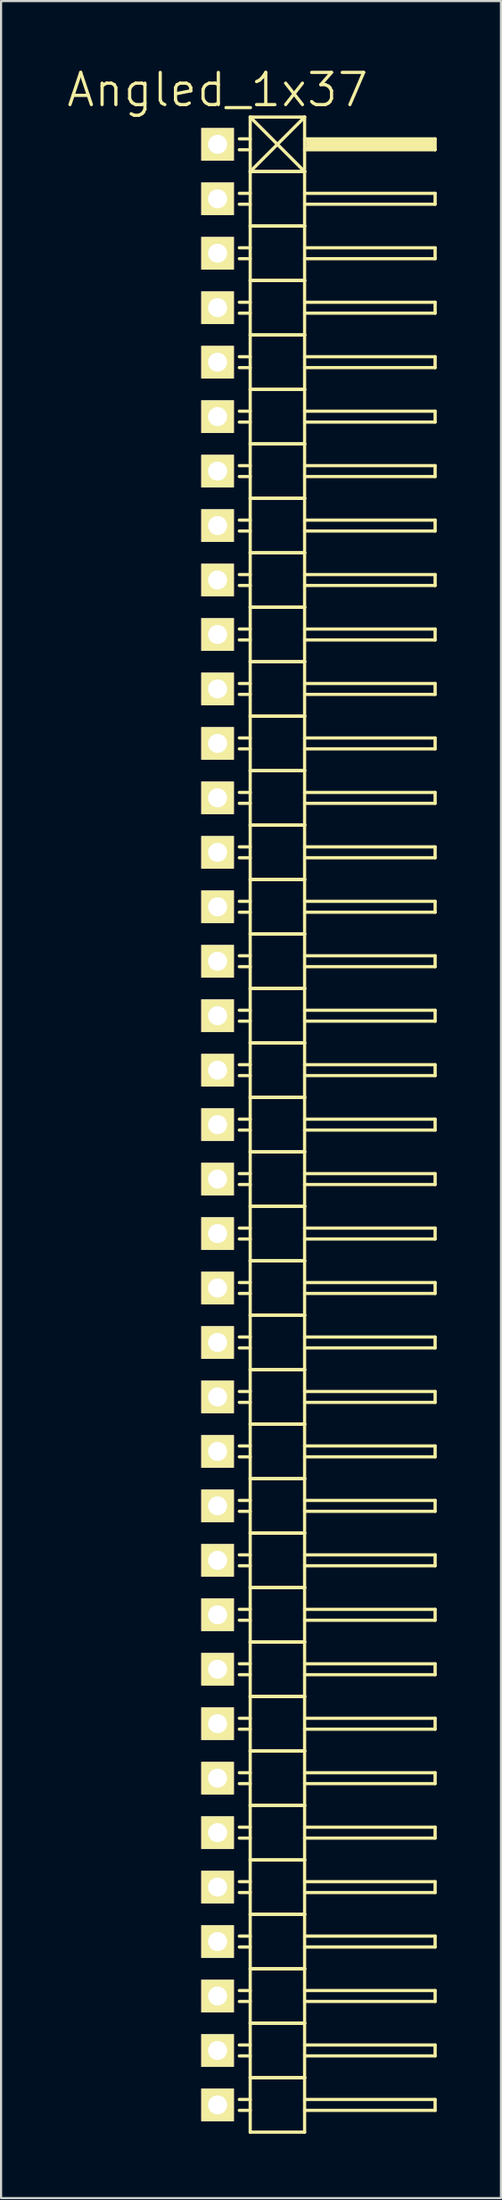
<source format=kicad_pcb>
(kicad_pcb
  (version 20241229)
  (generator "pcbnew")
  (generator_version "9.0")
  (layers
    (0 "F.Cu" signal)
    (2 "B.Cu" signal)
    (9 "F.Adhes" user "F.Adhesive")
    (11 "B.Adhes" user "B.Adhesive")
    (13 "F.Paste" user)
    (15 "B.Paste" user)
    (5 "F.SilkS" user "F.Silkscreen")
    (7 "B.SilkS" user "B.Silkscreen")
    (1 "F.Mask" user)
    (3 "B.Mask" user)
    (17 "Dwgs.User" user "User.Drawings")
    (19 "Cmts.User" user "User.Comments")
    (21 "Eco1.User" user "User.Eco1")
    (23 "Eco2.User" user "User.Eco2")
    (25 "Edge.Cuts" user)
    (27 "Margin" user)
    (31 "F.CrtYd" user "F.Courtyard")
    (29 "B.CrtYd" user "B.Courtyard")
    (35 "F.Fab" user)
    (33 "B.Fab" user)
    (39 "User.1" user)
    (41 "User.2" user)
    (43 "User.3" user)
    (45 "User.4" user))
  (footprint "Angled_1x37"
    (layer "F.Cu")
    (at 7.111 49.401)
    (property "Reference" "Angled_1x37" (at 0 -48.26 0) (layer "F.SilkS") (effects (font (size 1.5 1.5) (thickness 0.15))))
    (attr through_hole)
    (fp_line (start 1.524 -46.99) (end 1.524 -44.45) (stroke (width 0.15) (type solid)) (layer "F.SilkS"))
    (fp_line (start 1.524 -46.99) (end 4.064 -46.99) (stroke (width 0.15) (type solid)) (layer "F.SilkS"))
    (fp_line (start 1.524 -45.974) (end 1.016 -45.974) (stroke (width 0.15) (type solid)) (layer "F.SilkS"))
    (fp_line (start 1.524 -45.466) (end 1.016 -45.466) (stroke (width 0.15) (type solid)) (layer "F.SilkS"))
    (fp_line (start 1.524 -44.45) (end 1.524 -41.91) (stroke (width 0.15) (type solid)) (layer "F.SilkS"))
    (fp_line (start 1.524 -44.45) (end 4.064 -44.45) (stroke (width 0.15) (type solid)) (layer "F.SilkS"))
    (fp_line (start 1.524 -44.45) (end 4.064 -44.45) (stroke (width 0.15) (type solid)) (layer "F.SilkS"))
    (fp_line (start 1.524 -43.434) (end 1.016 -43.434) (stroke (width 0.15) (type solid)) (layer "F.SilkS"))
    (fp_line (start 1.524 -42.926) (end 1.016 -42.926) (stroke (width 0.15) (type solid)) (layer "F.SilkS"))
    (fp_line (start 1.524 -41.91) (end 1.524 -39.37) (stroke (width 0.15) (type solid)) (layer "F.SilkS"))
    (fp_line (start 1.524 -41.91) (end 4.064 -41.91) (stroke (width 0.15) (type solid)) (layer "F.SilkS"))
    (fp_line (start 1.524 -41.91) (end 4.064 -41.91) (stroke (width 0.15) (type solid)) (layer "F.SilkS"))
    (fp_line (start 1.524 -40.894) (end 1.016 -40.894) (stroke (width 0.15) (type solid)) (layer "F.SilkS"))
    (fp_line (start 1.524 -40.386) (end 1.016 -40.386) (stroke (width 0.15) (type solid)) (layer "F.SilkS"))
    (fp_line (start 1.524 -39.37) (end 1.524 -36.83) (stroke (width 0.15) (type solid)) (layer "F.SilkS"))
    (fp_line (start 1.524 -39.37) (end 4.064 -39.37) (stroke (width 0.15) (type solid)) (layer "F.SilkS"))
    (fp_line (start 1.524 -39.37) (end 4.064 -39.37) (stroke (width 0.15) (type solid)) (layer "F.SilkS"))
    (fp_line (start 1.524 -38.354) (end 1.016 -38.354) (stroke (width 0.15) (type solid)) (layer "F.SilkS"))
    (fp_line (start 1.524 -37.846) (end 1.016 -37.846) (stroke (width 0.15) (type solid)) (layer "F.SilkS"))
    (fp_line (start 1.524 -36.83) (end 1.524 -34.29) (stroke (width 0.15) (type solid)) (layer "F.SilkS"))
    (fp_line (start 1.524 -36.83) (end 4.064 -36.83) (stroke (width 0.15) (type solid)) (layer "F.SilkS"))
    (fp_line (start 1.524 -36.83) (end 4.064 -36.83) (stroke (width 0.15) (type solid)) (layer "F.SilkS"))
    (fp_line (start 1.524 -35.814) (end 1.016 -35.814) (stroke (width 0.15) (type solid)) (layer "F.SilkS"))
    (fp_line (start 1.524 -35.306) (end 1.016 -35.306) (stroke (width 0.15) (type solid)) (layer "F.SilkS"))
    (fp_line (start 1.524 -34.29) (end 1.524 -31.75) (stroke (width 0.15) (type solid)) (layer "F.SilkS"))
    (fp_line (start 1.524 -34.29) (end 4.064 -34.29) (stroke (width 0.15) (type solid)) (layer "F.SilkS"))
    (fp_line (start 1.524 -34.29) (end 4.064 -34.29) (stroke (width 0.15) (type solid)) (layer "F.SilkS"))
    (fp_line (start 1.524 -33.274) (end 1.016 -33.274) (stroke (width 0.15) (type solid)) (layer "F.SilkS"))
    (fp_line (start 1.524 -32.766) (end 1.016 -32.766) (stroke (width 0.15) (type solid)) (layer "F.SilkS"))
    (fp_line (start 1.524 -31.75) (end 1.524 -29.21) (stroke (width 0.15) (type solid)) (layer "F.SilkS"))
    (fp_line (start 1.524 -31.75) (end 4.064 -31.75) (stroke (width 0.15) (type solid)) (layer "F.SilkS"))
    (fp_line (start 1.524 -31.75) (end 4.064 -31.75) (stroke (width 0.15) (type solid)) (layer "F.SilkS"))
    (fp_line (start 1.524 -30.734) (end 1.016 -30.734) (stroke (width 0.15) (type solid)) (layer "F.SilkS"))
    (fp_line (start 1.524 -30.226) (end 1.016 -30.226) (stroke (width 0.15) (type solid)) (layer "F.SilkS"))
    (fp_line (start 1.524 -29.21) (end 1.524 -26.67) (stroke (width 0.15) (type solid)) (layer "F.SilkS"))
    (fp_line (start 1.524 -29.21) (end 4.064 -29.21) (stroke (width 0.15) (type solid)) (layer "F.SilkS"))
    (fp_line (start 1.524 -29.21) (end 4.064 -29.21) (stroke (width 0.15) (type solid)) (layer "F.SilkS"))
    (fp_line (start 1.524 -28.194) (end 1.016 -28.194) (stroke (width 0.15) (type solid)) (layer "F.SilkS"))
    (fp_line (start 1.524 -27.686) (end 1.016 -27.686) (stroke (width 0.15) (type solid)) (layer "F.SilkS"))
    (fp_line (start 1.524 -26.67) (end 1.524 -24.13) (stroke (width 0.15) (type solid)) (layer "F.SilkS"))
    (fp_line (start 1.524 -26.67) (end 4.064 -26.67) (stroke (width 0.15) (type solid)) (layer "F.SilkS"))
    (fp_line (start 1.524 -26.67) (end 4.064 -26.67) (stroke (width 0.15) (type solid)) (layer "F.SilkS"))
    (fp_line (start 1.524 -25.654) (end 1.016 -25.654) (stroke (width 0.15) (type solid)) (layer "F.SilkS"))
    (fp_line (start 1.524 -25.146) (end 1.016 -25.146) (stroke (width 0.15) (type solid)) (layer "F.SilkS"))
    (fp_line (start 1.524 -24.13) (end 1.524 -21.59) (stroke (width 0.15) (type solid)) (layer "F.SilkS"))
    (fp_line (start 1.524 -24.13) (end 4.064 -24.13) (stroke (width 0.15) (type solid)) (layer "F.SilkS"))
    (fp_line (start 1.524 -24.13) (end 4.064 -24.13) (stroke (width 0.15) (type solid)) (layer "F.SilkS"))
    (fp_line (start 1.524 -23.114) (end 1.016 -23.114) (stroke (width 0.15) (type solid)) (layer "F.SilkS"))
    (fp_line (start 1.524 -22.606) (end 1.016 -22.606) (stroke (width 0.15) (type solid)) (layer "F.SilkS"))
    (fp_line (start 1.524 -21.59) (end 1.524 -19.05) (stroke (width 0.15) (type solid)) (layer "F.SilkS"))
    (fp_line (start 1.524 -21.59) (end 4.064 -21.59) (stroke (width 0.15) (type solid)) (layer "F.SilkS"))
    (fp_line (start 1.524 -21.59) (end 4.064 -21.59) (stroke (width 0.15) (type solid)) (layer "F.SilkS"))
    (fp_line (start 1.524 -20.574) (end 1.016 -20.574) (stroke (width 0.15) (type solid)) (layer "F.SilkS"))
    (fp_line (start 1.524 -20.066) (end 1.016 -20.066) (stroke (width 0.15) (type solid)) (layer "F.SilkS"))
    (fp_line (start 1.524 -19.05) (end 1.524 -16.51) (stroke (width 0.15) (type solid)) (layer "F.SilkS"))
    (fp_line (start 1.524 -19.05) (end 4.064 -19.05) (stroke (width 0.15) (type solid)) (layer "F.SilkS"))
    (fp_line (start 1.524 -19.05) (end 4.064 -19.05) (stroke (width 0.15) (type solid)) (layer "F.SilkS"))
    (fp_line (start 1.524 -18.034) (end 1.016 -18.034) (stroke (width 0.15) (type solid)) (layer "F.SilkS"))
    (fp_line (start 1.524 -17.526) (end 1.016 -17.526) (stroke (width 0.15) (type solid)) (layer "F.SilkS"))
    (fp_line (start 1.524 -16.51) (end 1.524 -13.97) (stroke (width 0.15) (type solid)) (layer "F.SilkS"))
    (fp_line (start 1.524 -16.51) (end 4.064 -16.51) (stroke (width 0.15) (type solid)) (layer "F.SilkS"))
    (fp_line (start 1.524 -16.51) (end 4.064 -16.51) (stroke (width 0.15) (type solid)) (layer "F.SilkS"))
    (fp_line (start 1.524 -15.494) (end 1.016 -15.494) (stroke (width 0.15) (type solid)) (layer "F.SilkS"))
    (fp_line (start 1.524 -14.986) (end 1.016 -14.986) (stroke (width 0.15) (type solid)) (layer "F.SilkS"))
    (fp_line (start 1.524 -13.97) (end 1.524 -11.43) (stroke (width 0.15) (type solid)) (layer "F.SilkS"))
    (fp_line (start 1.524 -13.97) (end 4.064 -13.97) (stroke (width 0.15) (type solid)) (layer "F.SilkS"))
    (fp_line (start 1.524 -13.97) (end 4.064 -13.97) (stroke (width 0.15) (type solid)) (layer "F.SilkS"))
    (fp_line (start 1.524 -12.954) (end 1.016 -12.954) (stroke (width 0.15) (type solid)) (layer "F.SilkS"))
    (fp_line (start 1.524 -12.446) (end 1.016 -12.446) (stroke (width 0.15) (type solid)) (layer "F.SilkS"))
    (fp_line (start 1.524 -11.43) (end 1.524 -8.89) (stroke (width 0.15) (type solid)) (layer "F.SilkS"))
    (fp_line (start 1.524 -11.43) (end 4.064 -11.43) (stroke (width 0.15) (type solid)) (layer "F.SilkS"))
    (fp_line (start 1.524 -11.43) (end 4.064 -11.43) (stroke (width 0.15) (type solid)) (layer "F.SilkS"))
    (fp_line (start 1.524 -10.414) (end 1.016 -10.414) (stroke (width 0.15) (type solid)) (layer "F.SilkS"))
    (fp_line (start 1.524 -9.906) (end 1.016 -9.906) (stroke (width 0.15) (type solid)) (layer "F.SilkS"))
    (fp_line (start 1.524 -8.89) (end 1.524 -6.35) (stroke (width 0.15) (type solid)) (layer "F.SilkS"))
    (fp_line (start 1.524 -8.89) (end 4.064 -8.89) (stroke (width 0.15) (type solid)) (layer "F.SilkS"))
    (fp_line (start 1.524 -8.89) (end 4.064 -8.89) (stroke (width 0.15) (type solid)) (layer "F.SilkS"))
    (fp_line (start 1.524 -7.874) (end 1.016 -7.874) (stroke (width 0.15) (type solid)) (layer "F.SilkS"))
    (fp_line (start 1.524 -7.366) (end 1.016 -7.366) (stroke (width 0.15) (type solid)) (layer "F.SilkS"))
    (fp_line (start 1.524 -6.35) (end 1.524 -3.81) (stroke (width 0.15) (type solid)) (layer "F.SilkS"))
    (fp_line (start 1.524 -6.35) (end 4.064 -6.35) (stroke (width 0.15) (type solid)) (layer "F.SilkS"))
    (fp_line (start 1.524 -6.35) (end 4.064 -6.35) (stroke (width 0.15) (type solid)) (layer "F.SilkS"))
    (fp_line (start 1.524 -5.334) (end 1.016 -5.334) (stroke (width 0.15) (type solid)) (layer "F.SilkS"))
    (fp_line (start 1.524 -4.826) (end 1.016 -4.826) (stroke (width 0.15) (type solid)) (layer "F.SilkS"))
    (fp_line (start 1.524 -3.81) (end 1.524 -1.27) (stroke (width 0.15) (type solid)) (layer "F.SilkS"))
    (fp_line (start 1.524 -3.81) (end 4.064 -3.81) (stroke (width 0.15) (type solid)) (layer "F.SilkS"))
    (fp_line (start 1.524 -3.81) (end 4.064 -3.81) (stroke (width 0.15) (type solid)) (layer "F.SilkS"))
    (fp_line (start 1.524 -2.794) (end 1.016 -2.794) (stroke (width 0.15) (type solid)) (layer "F.SilkS"))
    (fp_line (start 1.524 -2.286) (end 1.016 -2.286) (stroke (width 0.15) (type solid)) (layer "F.SilkS"))
    (fp_line (start 1.524 -1.27) (end 1.524 1.27) (stroke (width 0.15) (type solid)) (layer "F.SilkS"))
    (fp_line (start 1.524 -1.27) (end 4.064 -1.27) (stroke (width 0.15) (type solid)) (layer "F.SilkS"))
    (fp_line (start 1.524 -1.27) (end 4.064 -1.27) (stroke (width 0.15) (type solid)) (layer "F.SilkS"))
    (fp_line (start 1.524 -0.254) (end 1.016 -0.254) (stroke (width 0.15) (type solid)) (layer "F.SilkS"))
    (fp_line (start 1.524 0.254) (end 1.016 0.254) (stroke (width 0.15) (type solid)) (layer "F.SilkS"))
    (fp_line (start 1.524 1.27) (end 1.524 3.81) (stroke (width 0.15) (type solid)) (layer "F.SilkS"))
    (fp_line (start 1.524 1.27) (end 4.064 1.27) (stroke (width 0.15) (type solid)) (layer "F.SilkS"))
    (fp_line (start 1.524 1.27) (end 4.064 1.27) (stroke (width 0.15) (type solid)) (layer "F.SilkS"))
    (fp_line (start 1.524 2.286) (end 1.016 2.286) (stroke (width 0.15) (type solid)) (layer "F.SilkS"))
    (fp_line (start 1.524 2.794) (end 1.016 2.794) (stroke (width 0.15) (type solid)) (layer "F.SilkS"))
    (fp_line (start 1.524 3.81) (end 1.524 6.35) (stroke (width 0.15) (type solid)) (layer "F.SilkS"))
    (fp_line (start 1.524 3.81) (end 4.064 3.81) (stroke (width 0.15) (type solid)) (layer "F.SilkS"))
    (fp_line (start 1.524 3.81) (end 4.064 3.81) (stroke (width 0.15) (type solid)) (layer "F.SilkS"))
    (fp_line (start 1.524 4.826) (end 1.016 4.826) (stroke (width 0.15) (type solid)) (layer "F.SilkS"))
    (fp_line (start 1.524 5.334) (end 1.016 5.334) (stroke (width 0.15) (type solid)) (layer "F.SilkS"))
    (fp_line (start 1.524 6.35) (end 1.524 8.89) (stroke (width 0.15) (type solid)) (layer "F.SilkS"))
    (fp_line (start 1.524 6.35) (end 4.064 6.35) (stroke (width 0.15) (type solid)) (layer "F.SilkS"))
    (fp_line (start 1.524 6.35) (end 4.064 6.35) (stroke (width 0.15) (type solid)) (layer "F.SilkS"))
    (fp_line (start 1.524 7.366) (end 1.016 7.366) (stroke (width 0.15) (type solid)) (layer "F.SilkS"))
    (fp_line (start 1.524 7.874) (end 1.016 7.874) (stroke (width 0.15) (type solid)) (layer "F.SilkS"))
    (fp_line (start 1.524 8.89) (end 1.524 11.43) (stroke (width 0.15) (type solid)) (layer "F.SilkS"))
    (fp_line (start 1.524 8.89) (end 4.064 8.89) (stroke (width 0.15) (type solid)) (layer "F.SilkS"))
    (fp_line (start 1.524 8.89) (end 4.064 8.89) (stroke (width 0.15) (type solid)) (layer "F.SilkS"))
    (fp_line (start 1.524 9.906) (end 1.016 9.906) (stroke (width 0.15) (type solid)) (layer "F.SilkS"))
    (fp_line (start 1.524 10.414) (end 1.016 10.414) (stroke (width 0.15) (type solid)) (layer "F.SilkS"))
    (fp_line (start 1.524 11.43) (end 1.524 13.97) (stroke (width 0.15) (type solid)) (layer "F.SilkS"))
    (fp_line (start 1.524 11.43) (end 4.064 11.43) (stroke (width 0.15) (type solid)) (layer "F.SilkS"))
    (fp_line (start 1.524 11.43) (end 4.064 11.43) (stroke (width 0.15) (type solid)) (layer "F.SilkS"))
    (fp_line (start 1.524 12.446) (end 1.016 12.446) (stroke (width 0.15) (type solid)) (layer "F.SilkS"))
    (fp_line (start 1.524 12.954) (end 1.016 12.954) (stroke (width 0.15) (type solid)) (layer "F.SilkS"))
    (fp_line (start 1.524 13.97) (end 1.524 16.51) (stroke (width 0.15) (type solid)) (layer "F.SilkS"))
    (fp_line (start 1.524 13.97) (end 4.064 13.97) (stroke (width 0.15) (type solid)) (layer "F.SilkS"))
    (fp_line (start 1.524 13.97) (end 4.064 13.97) (stroke (width 0.15) (type solid)) (layer "F.SilkS"))
    (fp_line (start 1.524 14.986) (end 1.016 14.986) (stroke (width 0.15) (type solid)) (layer "F.SilkS"))
    (fp_line (start 1.524 15.494) (end 1.016 15.494) (stroke (width 0.15) (type solid)) (layer "F.SilkS"))
    (fp_line (start 1.524 16.51) (end 1.524 19.05) (stroke (width 0.15) (type solid)) (layer "F.SilkS"))
    (fp_line (start 1.524 16.51) (end 4.064 16.51) (stroke (width 0.15) (type solid)) (layer "F.SilkS"))
    (fp_line (start 1.524 16.51) (end 4.064 16.51) (stroke (width 0.15) (type solid)) (layer "F.SilkS"))
    (fp_line (start 1.524 17.526) (end 1.016 17.526) (stroke (width 0.15) (type solid)) (layer "F.SilkS"))
    (fp_line (start 1.524 18.034) (end 1.016 18.034) (stroke (width 0.15) (type solid)) (layer "F.SilkS"))
    (fp_line (start 1.524 19.05) (end 1.524 21.59) (stroke (width 0.15) (type solid)) (layer "F.SilkS"))
    (fp_line (start 1.524 19.05) (end 4.064 19.05) (stroke (width 0.15) (type solid)) (layer "F.SilkS"))
    (fp_line (start 1.524 19.05) (end 4.064 19.05) (stroke (width 0.15) (type solid)) (layer "F.SilkS"))
    (fp_line (start 1.524 20.066) (end 1.016 20.066) (stroke (width 0.15) (type solid)) (layer "F.SilkS"))
    (fp_line (start 1.524 20.574) (end 1.016 20.574) (stroke (width 0.15) (type solid)) (layer "F.SilkS"))
    (fp_line (start 1.524 21.59) (end 1.524 24.13) (stroke (width 0.15) (type solid)) (layer "F.SilkS"))
    (fp_line (start 1.524 21.59) (end 4.064 21.59) (stroke (width 0.15) (type solid)) (layer "F.SilkS"))
    (fp_line (start 1.524 21.59) (end 4.064 21.59) (stroke (width 0.15) (type solid)) (layer "F.SilkS"))
    (fp_line (start 1.524 22.606) (end 1.016 22.606) (stroke (width 0.15) (type solid)) (layer "F.SilkS"))
    (fp_line (start 1.524 23.114) (end 1.016 23.114) (stroke (width 0.15) (type solid)) (layer "F.SilkS"))
    (fp_line (start 1.524 24.13) (end 1.524 26.67) (stroke (width 0.15) (type solid)) (layer "F.SilkS"))
    (fp_line (start 1.524 24.13) (end 4.064 24.13) (stroke (width 0.15) (type solid)) (layer "F.SilkS"))
    (fp_line (start 1.524 24.13) (end 4.064 24.13) (stroke (width 0.15) (type solid)) (layer "F.SilkS"))
    (fp_line (start 1.524 25.146) (end 1.016 25.146) (stroke (width 0.15) (type solid)) (layer "F.SilkS"))
    (fp_line (start 1.524 25.654) (end 1.016 25.654) (stroke (width 0.15) (type solid)) (layer "F.SilkS"))
    (fp_line (start 1.524 26.67) (end 1.524 29.21) (stroke (width 0.15) (type solid)) (layer "F.SilkS"))
    (fp_line (start 1.524 26.67) (end 4.064 26.67) (stroke (width 0.15) (type solid)) (layer "F.SilkS"))
    (fp_line (start 1.524 26.67) (end 4.064 26.67) (stroke (width 0.15) (type solid)) (layer "F.SilkS"))
    (fp_line (start 1.524 27.686) (end 1.016 27.686) (stroke (width 0.15) (type solid)) (layer "F.SilkS"))
    (fp_line (start 1.524 28.194) (end 1.016 28.194) (stroke (width 0.15) (type solid)) (layer "F.SilkS"))
    (fp_line (start 1.524 29.21) (end 1.524 31.75) (stroke (width 0.15) (type solid)) (layer "F.SilkS"))
    (fp_line (start 1.524 29.21) (end 4.064 29.21) (stroke (width 0.15) (type solid)) (layer "F.SilkS"))
    (fp_line (start 1.524 29.21) (end 4.064 29.21) (stroke (width 0.15) (type solid)) (layer "F.SilkS"))
    (fp_line (start 1.524 30.226) (end 1.016 30.226) (stroke (width 0.15) (type solid)) (layer "F.SilkS"))
    (fp_line (start 1.524 30.734) (end 1.016 30.734) (stroke (width 0.15) (type solid)) (layer "F.SilkS"))
    (fp_line (start 1.524 31.75) (end 1.524 34.29) (stroke (width 0.15) (type solid)) (layer "F.SilkS"))
    (fp_line (start 1.524 31.75) (end 4.064 31.75) (stroke (width 0.15) (type solid)) (layer "F.SilkS"))
    (fp_line (start 1.524 31.75) (end 4.064 31.75) (stroke (width 0.15) (type solid)) (layer "F.SilkS"))
    (fp_line (start 1.524 32.766) (end 1.016 32.766) (stroke (width 0.15) (type solid)) (layer "F.SilkS"))
    (fp_line (start 1.524 33.274) (end 1.016 33.274) (stroke (width 0.15) (type solid)) (layer "F.SilkS"))
    (fp_line (start 1.524 34.29) (end 1.524 36.83) (stroke (width 0.15) (type solid)) (layer "F.SilkS"))
    (fp_line (start 1.524 34.29) (end 4.064 34.29) (stroke (width 0.15) (type solid)) (layer "F.SilkS"))
    (fp_line (start 1.524 34.29) (end 4.064 34.29) (stroke (width 0.15) (type solid)) (layer "F.SilkS"))
    (fp_line (start 1.524 35.306) (end 1.016 35.306) (stroke (width 0.15) (type solid)) (layer "F.SilkS"))
    (fp_line (start 1.524 35.814) (end 1.016 35.814) (stroke (width 0.15) (type solid)) (layer "F.SilkS"))
    (fp_line (start 1.524 36.83) (end 1.524 39.37) (stroke (width 0.15) (type solid)) (layer "F.SilkS"))
    (fp_line (start 1.524 36.83) (end 4.064 36.83) (stroke (width 0.15) (type solid)) (layer "F.SilkS"))
    (fp_line (start 1.524 36.83) (end 4.064 36.83) (stroke (width 0.15) (type solid)) (layer "F.SilkS"))
    (fp_line (start 1.524 37.846) (end 1.016 37.846) (stroke (width 0.15) (type solid)) (layer "F.SilkS"))
    (fp_line (start 1.524 38.354) (end 1.016 38.354) (stroke (width 0.15) (type solid)) (layer "F.SilkS"))
    (fp_line (start 1.524 39.37) (end 1.524 41.91) (stroke (width 0.15) (type solid)) (layer "F.SilkS"))
    (fp_line (start 1.524 39.37) (end 4.064 39.37) (stroke (width 0.15) (type solid)) (layer "F.SilkS"))
    (fp_line (start 1.524 39.37) (end 4.064 39.37) (stroke (width 0.15) (type solid)) (layer "F.SilkS"))
    (fp_line (start 1.524 40.386) (end 1.016 40.386) (stroke (width 0.15) (type solid)) (layer "F.SilkS"))
    (fp_line (start 1.524 40.894) (end 1.016 40.894) (stroke (width 0.15) (type solid)) (layer "F.SilkS"))
    (fp_line (start 1.524 41.91) (end 1.524 44.45) (stroke (width 0.15) (type solid)) (layer "F.SilkS"))
    (fp_line (start 1.524 41.91) (end 4.064 41.91) (stroke (width 0.15) (type solid)) (layer "F.SilkS"))
    (fp_line (start 1.524 41.91) (end 4.064 41.91) (stroke (width 0.15) (type solid)) (layer "F.SilkS"))
    (fp_line (start 1.524 42.926) (end 1.016 42.926) (stroke (width 0.15) (type solid)) (layer "F.SilkS"))
    (fp_line (start 1.524 43.434) (end 1.016 43.434) (stroke (width 0.15) (type solid)) (layer "F.SilkS"))
    (fp_line (start 1.524 44.45) (end 1.524 46.99) (stroke (width 0.15) (type solid)) (layer "F.SilkS"))
    (fp_line (start 1.524 44.45) (end 4.064 44.45) (stroke (width 0.15) (type solid)) (layer "F.SilkS"))
    (fp_line (start 1.524 44.45) (end 4.064 44.45) (stroke (width 0.15) (type solid)) (layer "F.SilkS"))
    (fp_line (start 1.524 45.466) (end 1.016 45.466) (stroke (width 0.15) (type solid)) (layer "F.SilkS"))
    (fp_line (start 1.524 45.974) (end 1.016 45.974) (stroke (width 0.15) (type solid)) (layer "F.SilkS"))
    (fp_line (start 1.524 46.99) (end 4.064 46.99) (stroke (width 0.15) (type solid)) (layer "F.SilkS"))
    (fp_line (start 4.064 -46.99) (end 1.524 -44.45) (stroke (width 0.15) (type solid)) (layer "F.SilkS"))
    (fp_line (start 4.064 -45.974) (end 10.16 -45.974) (stroke (width 0.15) (type solid)) (layer "F.SilkS"))
    (fp_line (start 4.064 -44.45) (end 1.524 -46.99) (stroke (width 0.15) (type solid)) (layer "F.SilkS"))
    (fp_line (start 4.064 -44.45) (end 4.064 -46.99) (stroke (width 0.15) (type solid)) (layer "F.SilkS"))
    (fp_line (start 4.064 -43.434) (end 10.16 -43.434) (stroke (width 0.15) (type solid)) (layer "F.SilkS"))
    (fp_line (start 4.064 -41.91) (end 4.064 -44.45) (stroke (width 0.15) (type solid)) (layer "F.SilkS"))
    (fp_line (start 4.064 -40.894) (end 10.16 -40.894) (stroke (width 0.15) (type solid)) (layer "F.SilkS"))
    (fp_line (start 4.064 -39.37) (end 4.064 -41.91) (stroke (width 0.15) (type solid)) (layer "F.SilkS"))
    (fp_line (start 4.064 -38.354) (end 10.16 -38.354) (stroke (width 0.15) (type solid)) (layer "F.SilkS"))
    (fp_line (start 4.064 -36.83) (end 4.064 -39.37) (stroke (width 0.15) (type solid)) (layer "F.SilkS"))
    (fp_line (start 4.064 -35.814) (end 10.16 -35.814) (stroke (width 0.15) (type solid)) (layer "F.SilkS"))
    (fp_line (start 4.064 -34.29) (end 4.064 -36.83) (stroke (width 0.15) (type solid)) (layer "F.SilkS"))
    (fp_line (start 4.064 -33.274) (end 10.16 -33.274) (stroke (width 0.15) (type solid)) (layer "F.SilkS"))
    (fp_line (start 4.064 -31.75) (end 4.064 -34.29) (stroke (width 0.15) (type solid)) (layer "F.SilkS"))
    (fp_line (start 4.064 -30.734) (end 10.16 -30.734) (stroke (width 0.15) (type solid)) (layer "F.SilkS"))
    (fp_line (start 4.064 -29.21) (end 4.064 -31.75) (stroke (width 0.15) (type solid)) (layer "F.SilkS"))
    (fp_line (start 4.064 -28.194) (end 10.16 -28.194) (stroke (width 0.15) (type solid)) (layer "F.SilkS"))
    (fp_line (start 4.064 -26.67) (end 4.064 -29.21) (stroke (width 0.15) (type solid)) (layer "F.SilkS"))
    (fp_line (start 4.064 -25.654) (end 10.16 -25.654) (stroke (width 0.15) (type solid)) (layer "F.SilkS"))
    (fp_line (start 4.064 -24.13) (end 4.064 -26.67) (stroke (width 0.15) (type solid)) (layer "F.SilkS"))
    (fp_line (start 4.064 -23.114) (end 10.16 -23.114) (stroke (width 0.15) (type solid)) (layer "F.SilkS"))
    (fp_line (start 4.064 -21.59) (end 4.064 -24.13) (stroke (width 0.15) (type solid)) (layer "F.SilkS"))
    (fp_line (start 4.064 -20.574) (end 10.16 -20.574) (stroke (width 0.15) (type solid)) (layer "F.SilkS"))
    (fp_line (start 4.064 -19.05) (end 4.064 -21.59) (stroke (width 0.15) (type solid)) (layer "F.SilkS"))
    (fp_line (start 4.064 -18.034) (end 10.16 -18.034) (stroke (width 0.15) (type solid)) (layer "F.SilkS"))
    (fp_line (start 4.064 -16.51) (end 4.064 -19.05) (stroke (width 0.15) (type solid)) (layer "F.SilkS"))
    (fp_line (start 4.064 -15.494) (end 10.16 -15.494) (stroke (width 0.15) (type solid)) (layer "F.SilkS"))
    (fp_line (start 4.064 -13.97) (end 4.064 -16.51) (stroke (width 0.15) (type solid)) (layer "F.SilkS"))
    (fp_line (start 4.064 -12.954) (end 10.16 -12.954) (stroke (width 0.15) (type solid)) (layer "F.SilkS"))
    (fp_line (start 4.064 -11.43) (end 4.064 -13.97) (stroke (width 0.15) (type solid)) (layer "F.SilkS"))
    (fp_line (start 4.064 -10.414) (end 10.16 -10.414) (stroke (width 0.15) (type solid)) (layer "F.SilkS"))
    (fp_line (start 4.064 -8.89) (end 4.064 -11.43) (stroke (width 0.15) (type solid)) (layer "F.SilkS"))
    (fp_line (start 4.064 -7.874) (end 10.16 -7.874) (stroke (width 0.15) (type solid)) (layer "F.SilkS"))
    (fp_line (start 4.064 -6.35) (end 4.064 -8.89) (stroke (width 0.15) (type solid)) (layer "F.SilkS"))
    (fp_line (start 4.064 -5.334) (end 10.16 -5.334) (stroke (width 0.15) (type solid)) (layer "F.SilkS"))
    (fp_line (start 4.064 -3.81) (end 4.064 -6.35) (stroke (width 0.15) (type solid)) (layer "F.SilkS"))
    (fp_line (start 4.064 -2.794) (end 10.16 -2.794) (stroke (width 0.15) (type solid)) (layer "F.SilkS"))
    (fp_line (start 4.064 -1.27) (end 4.064 -3.81) (stroke (width 0.15) (type solid)) (layer "F.SilkS"))
    (fp_line (start 4.064 -0.254) (end 10.16 -0.254) (stroke (width 0.15) (type solid)) (layer "F.SilkS"))
    (fp_line (start 4.064 1.27) (end 4.064 -1.27) (stroke (width 0.15) (type solid)) (layer "F.SilkS"))
    (fp_line (start 4.064 2.286) (end 10.16 2.286) (stroke (width 0.15) (type solid)) (layer "F.SilkS"))
    (fp_line (start 4.064 3.81) (end 4.064 1.27) (stroke (width 0.15) (type solid)) (layer "F.SilkS"))
    (fp_line (start 4.064 4.826) (end 10.16 4.826) (stroke (width 0.15) (type solid)) (layer "F.SilkS"))
    (fp_line (start 4.064 6.35) (end 4.064 3.81) (stroke (width 0.15) (type solid)) (layer "F.SilkS"))
    (fp_line (start 4.064 7.366) (end 10.16 7.366) (stroke (width 0.15) (type solid)) (layer "F.SilkS"))
    (fp_line (start 4.064 8.89) (end 4.064 6.35) (stroke (width 0.15) (type solid)) (layer "F.SilkS"))
    (fp_line (start 4.064 9.906) (end 10.16 9.906) (stroke (width 0.15) (type solid)) (layer "F.SilkS"))
    (fp_line (start 4.064 11.43) (end 4.064 8.89) (stroke (width 0.15) (type solid)) (layer "F.SilkS"))
    (fp_line (start 4.064 12.446) (end 10.16 12.446) (stroke (width 0.15) (type solid)) (layer "F.SilkS"))
    (fp_line (start 4.064 13.97) (end 4.064 11.43) (stroke (width 0.15) (type solid)) (layer "F.SilkS"))
    (fp_line (start 4.064 14.986) (end 10.16 14.986) (stroke (width 0.15) (type solid)) (layer "F.SilkS"))
    (fp_line (start 4.064 16.51) (end 4.064 13.97) (stroke (width 0.15) (type solid)) (layer "F.SilkS"))
    (fp_line (start 4.064 17.526) (end 10.16 17.526) (stroke (width 0.15) (type solid)) (layer "F.SilkS"))
    (fp_line (start 4.064 19.05) (end 4.064 16.51) (stroke (width 0.15) (type solid)) (layer "F.SilkS"))
    (fp_line (start 4.064 20.066) (end 10.16 20.066) (stroke (width 0.15) (type solid)) (layer "F.SilkS"))
    (fp_line (start 4.064 21.59) (end 4.064 19.05) (stroke (width 0.15) (type solid)) (layer "F.SilkS"))
    (fp_line (start 4.064 22.606) (end 10.16 22.606) (stroke (width 0.15) (type solid)) (layer "F.SilkS"))
    (fp_line (start 4.064 24.13) (end 4.064 21.59) (stroke (width 0.15) (type solid)) (layer "F.SilkS"))
    (fp_line (start 4.064 25.146) (end 10.16 25.146) (stroke (width 0.15) (type solid)) (layer "F.SilkS"))
    (fp_line (start 4.064 26.67) (end 4.064 24.13) (stroke (width 0.15) (type solid)) (layer "F.SilkS"))
    (fp_line (start 4.064 27.686) (end 10.16 27.686) (stroke (width 0.15) (type solid)) (layer "F.SilkS"))
    (fp_line (start 4.064 29.21) (end 4.064 26.67) (stroke (width 0.15) (type solid)) (layer "F.SilkS"))
    (fp_line (start 4.064 30.226) (end 10.16 30.226) (stroke (width 0.15) (type solid)) (layer "F.SilkS"))
    (fp_line (start 4.064 31.75) (end 4.064 29.21) (stroke (width 0.15) (type solid)) (layer "F.SilkS"))
    (fp_line (start 4.064 32.766) (end 10.16 32.766) (stroke (width 0.15) (type solid)) (layer "F.SilkS"))
    (fp_line (start 4.064 34.29) (end 4.064 31.75) (stroke (width 0.15) (type solid)) (layer "F.SilkS"))
    (fp_line (start 4.064 35.306) (end 10.16 35.306) (stroke (width 0.15) (type solid)) (layer "F.SilkS"))
    (fp_line (start 4.064 36.83) (end 4.064 34.29) (stroke (width 0.15) (type solid)) (layer "F.SilkS"))
    (fp_line (start 4.064 37.846) (end 10.16 37.846) (stroke (width 0.15) (type solid)) (layer "F.SilkS"))
    (fp_line (start 4.064 39.37) (end 4.064 36.83) (stroke (width 0.15) (type solid)) (layer "F.SilkS"))
    (fp_line (start 4.064 40.386) (end 10.16 40.386) (stroke (width 0.15) (type solid)) (layer "F.SilkS"))
    (fp_line (start 4.064 41.91) (end 4.064 39.37) (stroke (width 0.15) (type solid)) (layer "F.SilkS"))
    (fp_line (start 4.064 42.926) (end 10.16 42.926) (stroke (width 0.15) (type solid)) (layer "F.SilkS"))
    (fp_line (start 4.064 44.45) (end 4.064 41.91) (stroke (width 0.15) (type solid)) (layer "F.SilkS"))
    (fp_line (start 4.064 45.466) (end 10.16 45.466) (stroke (width 0.15) (type solid)) (layer "F.SilkS"))
    (fp_line (start 4.064 46.99) (end 4.064 44.45) (stroke (width 0.15) (type solid)) (layer "F.SilkS"))
    (fp_line (start 4.191 -45.847) (end 10.033 -45.847) (stroke (width 0.15) (type solid)) (layer "F.SilkS"))
    (fp_line (start 4.191 -45.72) (end 10.033 -45.72) (stroke (width 0.15) (type solid)) (layer "F.SilkS"))
    (fp_line (start 10.033 -45.847) (end 10.033 -45.593) (stroke (width 0.15) (type solid)) (layer "F.SilkS"))
    (fp_line (start 10.033 -45.593) (end 4.191 -45.593) (stroke (width 0.15) (type solid)) (layer "F.SilkS"))
    (fp_line (start 10.16 -45.974) (end 10.16 -45.466) (stroke (width 0.15) (type solid)) (layer "F.SilkS"))
    (fp_line (start 10.16 -45.466) (end 4.064 -45.466) (stroke (width 0.15) (type solid)) (layer "F.SilkS"))
    (fp_line (start 10.16 -43.434) (end 10.16 -42.926) (stroke (width 0.15) (type solid)) (layer "F.SilkS"))
    (fp_line (start 10.16 -42.926) (end 4.064 -42.926) (stroke (width 0.15) (type solid)) (layer "F.SilkS"))
    (fp_line (start 10.16 -40.894) (end 10.16 -40.386) (stroke (width 0.15) (type solid)) (layer "F.SilkS"))
    (fp_line (start 10.16 -40.386) (end 4.064 -40.386) (stroke (width 0.15) (type solid)) (layer "F.SilkS"))
    (fp_line (start 10.16 -38.354) (end 10.16 -37.846) (stroke (width 0.15) (type solid)) (layer "F.SilkS"))
    (fp_line (start 10.16 -37.846) (end 4.064 -37.846) (stroke (width 0.15) (type solid)) (layer "F.SilkS"))
    (fp_line (start 10.16 -35.814) (end 10.16 -35.306) (stroke (width 0.15) (type solid)) (layer "F.SilkS"))
    (fp_line (start 10.16 -35.306) (end 4.064 -35.306) (stroke (width 0.15) (type solid)) (layer "F.SilkS"))
    (fp_line (start 10.16 -33.274) (end 10.16 -32.766) (stroke (width 0.15) (type solid)) (layer "F.SilkS"))
    (fp_line (start 10.16 -32.766) (end 4.064 -32.766) (stroke (width 0.15) (type solid)) (layer "F.SilkS"))
    (fp_line (start 10.16 -30.734) (end 10.16 -30.226) (stroke (width 0.15) (type solid)) (layer "F.SilkS"))
    (fp_line (start 10.16 -30.226) (end 4.064 -30.226) (stroke (width 0.15) (type solid)) (layer "F.SilkS"))
    (fp_line (start 10.16 -28.194) (end 10.16 -27.686) (stroke (width 0.15) (type solid)) (layer "F.SilkS"))
    (fp_line (start 10.16 -27.686) (end 4.064 -27.686) (stroke (width 0.15) (type solid)) (layer "F.SilkS"))
    (fp_line (start 10.16 -25.654) (end 10.16 -25.146) (stroke (width 0.15) (type solid)) (layer "F.SilkS"))
    (fp_line (start 10.16 -25.146) (end 4.064 -25.146) (stroke (width 0.15) (type solid)) (layer "F.SilkS"))
    (fp_line (start 10.16 -23.114) (end 10.16 -22.606) (stroke (width 0.15) (type solid)) (layer "F.SilkS"))
    (fp_line (start 10.16 -22.606) (end 4.064 -22.606) (stroke (width 0.15) (type solid)) (layer "F.SilkS"))
    (fp_line (start 10.16 -20.574) (end 10.16 -20.066) (stroke (width 0.15) (type solid)) (layer "F.SilkS"))
    (fp_line (start 10.16 -20.066) (end 4.064 -20.066) (stroke (width 0.15) (type solid)) (layer "F.SilkS"))
    (fp_line (start 10.16 -18.034) (end 10.16 -17.526) (stroke (width 0.15) (type solid)) (layer "F.SilkS"))
    (fp_line (start 10.16 -17.526) (end 4.064 -17.526) (stroke (width 0.15) (type solid)) (layer "F.SilkS"))
    (fp_line (start 10.16 -15.494) (end 10.16 -14.986) (stroke (width 0.15) (type solid)) (layer "F.SilkS"))
    (fp_line (start 10.16 -14.986) (end 4.064 -14.986) (stroke (width 0.15) (type solid)) (layer "F.SilkS"))
    (fp_line (start 10.16 -12.954) (end 10.16 -12.446) (stroke (width 0.15) (type solid)) (layer "F.SilkS"))
    (fp_line (start 10.16 -12.446) (end 4.064 -12.446) (stroke (width 0.15) (type solid)) (layer "F.SilkS"))
    (fp_line (start 10.16 -10.414) (end 10.16 -9.906) (stroke (width 0.15) (type solid)) (layer "F.SilkS"))
    (fp_line (start 10.16 -9.906) (end 4.064 -9.906) (stroke (width 0.15) (type solid)) (layer "F.SilkS"))
    (fp_line (start 10.16 -7.874) (end 10.16 -7.366) (stroke (width 0.15) (type solid)) (layer "F.SilkS"))
    (fp_line (start 10.16 -7.366) (end 4.064 -7.366) (stroke (width 0.15) (type solid)) (layer "F.SilkS"))
    (fp_line (start 10.16 -5.334) (end 10.16 -4.826) (stroke (width 0.15) (type solid)) (layer "F.SilkS"))
    (fp_line (start 10.16 -4.826) (end 4.064 -4.826) (stroke (width 0.15) (type solid)) (layer "F.SilkS"))
    (fp_line (start 10.16 -2.794) (end 10.16 -2.286) (stroke (width 0.15) (type solid)) (layer "F.SilkS"))
    (fp_line (start 10.16 -2.286) (end 4.064 -2.286) (stroke (width 0.15) (type solid)) (layer "F.SilkS"))
    (fp_line (start 10.16 -0.254) (end 10.16 0.254) (stroke (width 0.15) (type solid)) (layer "F.SilkS"))
    (fp_line (start 10.16 0.254) (end 4.064 0.254) (stroke (width 0.15) (type solid)) (layer "F.SilkS"))
    (fp_line (start 10.16 2.286) (end 10.16 2.794) (stroke (width 0.15) (type solid)) (layer "F.SilkS"))
    (fp_line (start 10.16 2.794) (end 4.064 2.794) (stroke (width 0.15) (type solid)) (layer "F.SilkS"))
    (fp_line (start 10.16 4.826) (end 10.16 5.334) (stroke (width 0.15) (type solid)) (layer "F.SilkS"))
    (fp_line (start 10.16 5.334) (end 4.064 5.334) (stroke (width 0.15) (type solid)) (layer "F.SilkS"))
    (fp_line (start 10.16 7.366) (end 10.16 7.874) (stroke (width 0.15) (type solid)) (layer "F.SilkS"))
    (fp_line (start 10.16 7.874) (end 4.064 7.874) (stroke (width 0.15) (type solid)) (layer "F.SilkS"))
    (fp_line (start 10.16 9.906) (end 10.16 10.414) (stroke (width 0.15) (type solid)) (layer "F.SilkS"))
    (fp_line (start 10.16 10.414) (end 4.064 10.414) (stroke (width 0.15) (type solid)) (layer "F.SilkS"))
    (fp_line (start 10.16 12.446) (end 10.16 12.954) (stroke (width 0.15) (type solid)) (layer "F.SilkS"))
    (fp_line (start 10.16 12.954) (end 4.064 12.954) (stroke (width 0.15) (type solid)) (layer "F.SilkS"))
    (fp_line (start 10.16 14.986) (end 10.16 15.494) (stroke (width 0.15) (type solid)) (layer "F.SilkS"))
    (fp_line (start 10.16 15.494) (end 4.064 15.494) (stroke (width 0.15) (type solid)) (layer "F.SilkS"))
    (fp_line (start 10.16 17.526) (end 10.16 18.034) (stroke (width 0.15) (type solid)) (layer "F.SilkS"))
    (fp_line (start 10.16 18.034) (end 4.064 18.034) (stroke (width 0.15) (type solid)) (layer "F.SilkS"))
    (fp_line (start 10.16 20.066) (end 10.16 20.574) (stroke (width 0.15) (type solid)) (layer "F.SilkS"))
    (fp_line (start 10.16 20.574) (end 4.064 20.574) (stroke (width 0.15) (type solid)) (layer "F.SilkS"))
    (fp_line (start 10.16 22.606) (end 10.16 23.114) (stroke (width 0.15) (type solid)) (layer "F.SilkS"))
    (fp_line (start 10.16 23.114) (end 4.064 23.114) (stroke (width 0.15) (type solid)) (layer "F.SilkS"))
    (fp_line (start 10.16 25.146) (end 10.16 25.654) (stroke (width 0.15) (type solid)) (layer "F.SilkS"))
    (fp_line (start 10.16 25.654) (end 4.064 25.654) (stroke (width 0.15) (type solid)) (layer "F.SilkS"))
    (fp_line (start 10.16 27.686) (end 10.16 28.194) (stroke (width 0.15) (type solid)) (layer "F.SilkS"))
    (fp_line (start 10.16 28.194) (end 4.064 28.194) (stroke (width 0.15) (type solid)) (layer "F.SilkS"))
    (fp_line (start 10.16 30.226) (end 10.16 30.734) (stroke (width 0.15) (type solid)) (layer "F.SilkS"))
    (fp_line (start 10.16 30.734) (end 4.064 30.734) (stroke (width 0.15) (type solid)) (layer "F.SilkS"))
    (fp_line (start 10.16 32.766) (end 10.16 33.274) (stroke (width 0.15) (type solid)) (layer "F.SilkS"))
    (fp_line (start 10.16 33.274) (end 4.064 33.274) (stroke (width 0.15) (type solid)) (layer "F.SilkS"))
    (fp_line (start 10.16 35.306) (end 10.16 35.814) (stroke (width 0.15) (type solid)) (layer "F.SilkS"))
    (fp_line (start 10.16 35.814) (end 4.064 35.814) (stroke (width 0.15) (type solid)) (layer "F.SilkS"))
    (fp_line (start 10.16 37.846) (end 10.16 38.354) (stroke (width 0.15) (type solid)) (layer "F.SilkS"))
    (fp_line (start 10.16 38.354) (end 4.064 38.354) (stroke (width 0.15) (type solid)) (layer "F.SilkS"))
    (fp_line (start 10.16 40.386) (end 10.16 40.894) (stroke (width 0.15) (type solid)) (layer "F.SilkS"))
    (fp_line (start 10.16 40.894) (end 4.064 40.894) (stroke (width 0.15) (type solid)) (layer "F.SilkS"))
    (fp_line (start 10.16 42.926) (end 10.16 43.434) (stroke (width 0.15) (type solid)) (layer "F.SilkS"))
    (fp_line (start 10.16 43.434) (end 4.064 43.434) (stroke (width 0.15) (type solid)) (layer "F.SilkS"))
    (fp_line (start 10.16 45.466) (end 10.16 45.974) (stroke (width 0.15) (type solid)) (layer "F.SilkS"))
    (fp_line (start 10.16 45.974) (end 4.064 45.974) (stroke (width 0.15) (type solid)) (layer "F.SilkS"))
    (pad "1" thru_hole rect (at 0 -45.72) (size 1.524 1.524) (drill 0.889) (layers "*.Cu" "*.Mask" "F.SilkS"))
    (pad "2" thru_hole rect (at 0 -43.18) (size 1.524 1.524) (drill 0.889) (layers "*.Cu" "*.Mask" "F.SilkS"))
    (pad "3" thru_hole rect (at 0 -40.64) (size 1.524 1.524) (drill 0.889) (layers "*.Cu" "*.Mask" "F.SilkS"))
    (pad "4" thru_hole rect (at 0 -38.1) (size 1.524 1.524) (drill 0.889) (layers "*.Cu" "*.Mask" "F.SilkS"))
    (pad "5" thru_hole rect (at 0 -35.56) (size 1.524 1.524) (drill 0.889) (layers "*.Cu" "*.Mask" "F.SilkS"))
    (pad "6" thru_hole rect (at 0 -33.02) (size 1.524 1.524) (drill 0.889) (layers "*.Cu" "*.Mask" "F.SilkS"))
    (pad "7" thru_hole rect (at 0 -30.48) (size 1.524 1.524) (drill 0.889) (layers "*.Cu" "*.Mask" "F.SilkS"))
    (pad "8" thru_hole rect (at 0 -27.94) (size 1.524 1.524) (drill 0.889) (layers "*.Cu" "*.Mask" "F.SilkS"))
    (pad "9" thru_hole rect (at 0 -25.4) (size 1.524 1.524) (drill 0.889) (layers "*.Cu" "*.Mask" "F.SilkS"))
    (pad "10" thru_hole rect (at 0 -22.86) (size 1.524 1.524) (drill 0.889) (layers "*.Cu" "*.Mask" "F.SilkS"))
    (pad "11" thru_hole rect (at 0 -20.32) (size 1.524 1.524) (drill 0.889) (layers "*.Cu" "*.Mask" "F.SilkS"))
    (pad "12" thru_hole rect (at 0 -17.78) (size 1.524 1.524) (drill 0.889) (layers "*.Cu" "*.Mask" "F.SilkS"))
    (pad "13" thru_hole rect (at 0 -15.24) (size 1.524 1.524) (drill 0.889) (layers "*.Cu" "*.Mask" "F.SilkS"))
    (pad "14" thru_hole rect (at 0 -12.7) (size 1.524 1.524) (drill 0.889) (layers "*.Cu" "*.Mask" "F.SilkS"))
    (pad "15" thru_hole rect (at 0 -10.16) (size 1.524 1.524) (drill 0.889) (layers "*.Cu" "*.Mask" "F.SilkS"))
    (pad "16" thru_hole rect (at 0 -7.62) (size 1.524 1.524) (drill 0.889) (layers "*.Cu" "*.Mask" "F.SilkS"))
    (pad "17" thru_hole rect (at 0 -5.08) (size 1.524 1.524) (drill 0.889) (layers "*.Cu" "*.Mask" "F.SilkS"))
    (pad "18" thru_hole rect (at 0 -2.54) (size 1.524 1.524) (drill 0.889) (layers "*.Cu" "*.Mask" "F.SilkS"))
    (pad "19" thru_hole rect (at 0 0) (size 1.524 1.524) (drill 0.889) (layers "*.Cu" "*.Mask" "F.SilkS"))
    (pad "20" thru_hole rect (at 0 2.54) (size 1.524 1.524) (drill 0.889) (layers "*.Cu" "*.Mask" "F.SilkS"))
    (pad "21" thru_hole rect (at 0 5.08) (size 1.524 1.524) (drill 0.889) (layers "*.Cu" "*.Mask" "F.SilkS"))
    (pad "22" thru_hole rect (at 0 7.62) (size 1.524 1.524) (drill 0.889) (layers "*.Cu" "*.Mask" "F.SilkS"))
    (pad "23" thru_hole rect (at 0 10.16) (size 1.524 1.524) (drill 0.889) (layers "*.Cu" "*.Mask" "F.SilkS"))
    (pad "24" thru_hole rect (at 0 12.7) (size 1.524 1.524) (drill 0.889) (layers "*.Cu" "*.Mask" "F.SilkS"))
    (pad "25" thru_hole rect (at 0 15.24) (size 1.524 1.524) (drill 0.889) (layers "*.Cu" "*.Mask" "F.SilkS"))
    (pad "26" thru_hole rect (at 0 17.78) (size 1.524 1.524) (drill 0.889) (layers "*.Cu" "*.Mask" "F.SilkS"))
    (pad "27" thru_hole rect (at 0 20.32) (size 1.524 1.524) (drill 0.889) (layers "*.Cu" "*.Mask" "F.SilkS"))
    (pad "28" thru_hole rect (at 0 22.86) (size 1.524 1.524) (drill 0.889) (layers "*.Cu" "*.Mask" "F.SilkS"))
    (pad "29" thru_hole rect (at 0 25.4) (size 1.524 1.524) (drill 0.889) (layers "*.Cu" "*.Mask" "F.SilkS"))
    (pad "30" thru_hole rect (at 0 27.94) (size 1.524 1.524) (drill 0.889) (layers "*.Cu" "*.Mask" "F.SilkS"))
    (pad "31" thru_hole rect (at 0 30.48) (size 1.524 1.524) (drill 0.889) (layers "*.Cu" "*.Mask" "F.SilkS"))
    (pad "32" thru_hole rect (at 0 33.02) (size 1.524 1.524) (drill 0.889) (layers "*.Cu" "*.Mask" "F.SilkS"))
    (pad "33" thru_hole rect (at 0 35.56) (size 1.524 1.524) (drill 0.889) (layers "*.Cu" "*.Mask" "F.SilkS"))
    (pad "34" thru_hole rect (at 0 38.1) (size 1.524 1.524) (drill 0.889) (layers "*.Cu" "*.Mask" "F.SilkS"))
    (pad "35" thru_hole rect (at 0 40.64) (size 1.524 1.524) (drill 0.889) (layers "*.Cu" "*.Mask" "F.SilkS"))
    (pad "36" thru_hole rect (at 0 43.18) (size 1.524 1.524) (drill 0.889) (layers "*.Cu" "*.Mask" "F.SilkS"))
    (pad "37" thru_hole rect (at 0 45.72) (size 1.524 1.524) (drill 0.889) (layers "*.Cu" "*.Mask" "F.SilkS")))
  (gr_rect
    (start -3 -3)
    (end 20.346 99.466)
    (stroke (width 0.1) (type default))
    (fill no)
    (layer "Edge.Cuts")))
</source>
